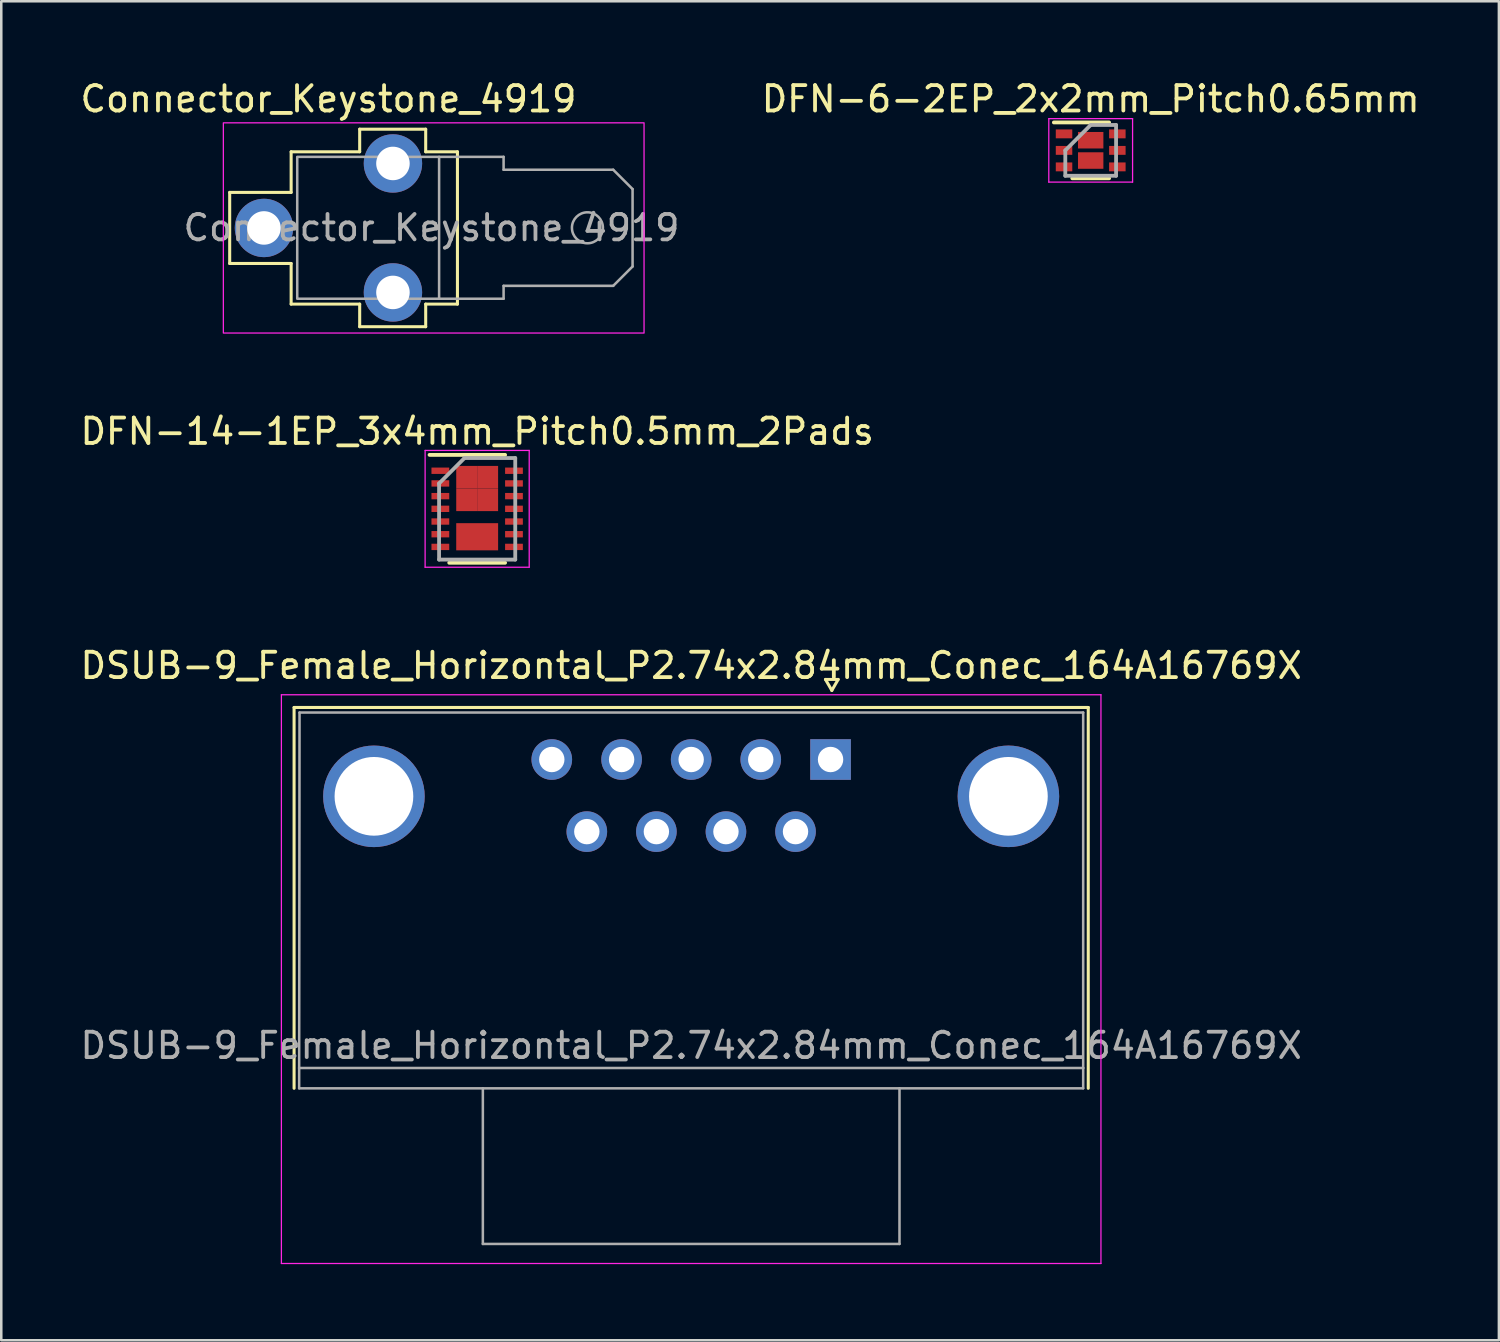
<source format=kicad_pcb>
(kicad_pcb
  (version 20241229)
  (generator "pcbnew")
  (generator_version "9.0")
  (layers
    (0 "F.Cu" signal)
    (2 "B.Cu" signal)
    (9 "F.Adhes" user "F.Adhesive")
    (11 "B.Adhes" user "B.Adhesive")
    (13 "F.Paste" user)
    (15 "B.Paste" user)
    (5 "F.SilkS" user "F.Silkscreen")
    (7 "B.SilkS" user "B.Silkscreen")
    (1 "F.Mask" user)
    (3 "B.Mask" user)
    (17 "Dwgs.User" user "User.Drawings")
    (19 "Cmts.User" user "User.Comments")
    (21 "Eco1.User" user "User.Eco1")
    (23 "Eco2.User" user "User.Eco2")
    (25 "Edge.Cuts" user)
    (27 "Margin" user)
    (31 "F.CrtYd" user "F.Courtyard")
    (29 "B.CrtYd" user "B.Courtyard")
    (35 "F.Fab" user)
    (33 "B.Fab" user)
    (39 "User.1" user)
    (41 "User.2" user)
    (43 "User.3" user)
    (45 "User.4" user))
  (footprint "DFN-14-1EP_3x4mm_Pitch0.5mm_2Pads"
    (layer "F.Cu")
    (at 15.744 16.991)
    (property "Reference" "DFN-14-1EP_3x4mm_Pitch0.5mm_2Pads" (at 0 -3.05 0) (layer "F.SilkS") (effects (font (size 1 1) (thickness 0.15))))
    (attr smd)
    (fp_line (start -1.875 -2.125) (end 1.1 -2.125) (stroke (width 0.15) (type solid)) (layer "F.SilkS"))
    (fp_line (start -1.1 2.125) (end 1.1 2.125) (stroke (width 0.15) (type solid)) (layer "F.SilkS"))
    (fp_line (start -2.05 -2.3) (end -2.05 2.3) (stroke (width 0.05) (type solid)) (layer "F.CrtYd"))
    (fp_line (start -2.05 -2.3) (end 2.05 -2.3) (stroke (width 0.05) (type solid)) (layer "F.CrtYd"))
    (fp_line (start -2.05 2.3) (end 2.05 2.3) (stroke (width 0.05) (type solid)) (layer "F.CrtYd"))
    (fp_line (start 2.05 -2.3) (end 2.05 2.3) (stroke (width 0.05) (type solid)) (layer "F.CrtYd"))
    (fp_line (start -1.5 -1) (end -0.5 -2) (stroke (width 0.15) (type solid)) (layer "F.Fab"))
    (fp_line (start -1.5 2) (end -1.5 -1) (stroke (width 0.15) (type solid)) (layer "F.Fab"))
    (fp_line (start -0.5 -2) (end 1.5 -2) (stroke (width 0.15) (type solid)) (layer "F.Fab"))
    (fp_line (start 1.5 -2) (end 1.5 2) (stroke (width 0.15) (type solid)) (layer "F.Fab"))
    (fp_line (start 1.5 2) (end -1.5 2) (stroke (width 0.15) (type solid)) (layer "F.Fab"))
    (pad "1" smd rect (at -1.45 -1.5) (size 0.7 0.25) (layers "F.Cu" "F.Mask" "F.Paste"))
    (pad "2" smd rect (at -1.45 -1) (size 0.7 0.25) (layers "F.Cu" "F.Mask" "F.Paste"))
    (pad "3" smd rect (at -1.45 -0.5) (size 0.7 0.25) (layers "F.Cu" "F.Mask" "F.Paste"))
    (pad "4" smd rect (at -1.45 0) (size 0.7 0.25) (layers "F.Cu" "F.Mask" "F.Paste"))
    (pad "5" smd rect (at -1.45 0.5) (size 0.7 0.25) (layers "F.Cu" "F.Mask" "F.Paste"))
    (pad "6" smd rect (at -1.45 1) (size 0.7 0.25) (layers "F.Cu" "F.Mask" "F.Paste"))
    (pad "7" smd rect (at -1.45 1.5) (size 0.7 0.25) (layers "F.Cu" "F.Mask" "F.Paste"))
    (pad "8" smd rect (at 1.45 1.5) (size 0.7 0.25) (layers "F.Cu" "F.Mask" "F.Paste"))
    (pad "9" smd rect (at 1.45 1) (size 0.7 0.25) (layers "F.Cu" "F.Mask" "F.Paste"))
    (pad "10" smd rect (at 1.45 0.5) (size 0.7 0.25) (layers "F.Cu" "F.Mask" "F.Paste"))
    (pad "11" smd rect (at 1.45 0) (size 0.7 0.25) (layers "F.Cu" "F.Mask" "F.Paste"))
    (pad "12" smd rect (at 1.45 -0.5) (size 0.7 0.25) (layers "F.Cu" "F.Mask" "F.Paste"))
    (pad "13" smd rect (at 1.45 -1) (size 0.7 0.25) (layers "F.Cu" "F.Mask" "F.Paste"))
    (pad "14" smd rect (at 1.45 -1.5) (size 0.7 0.25) (layers "F.Cu" "F.Mask" "F.Paste"))
    (pad "15" smd rect (at -0.412 -1.245) (size 0.825 0.89) (layers "F.Cu" "F.Mask" "F.Paste"))
    (pad "15" smd rect (at -0.412 -0.355) (size 0.825 0.89) (layers "F.Cu" "F.Mask" "F.Paste"))
    (pad "15" smd rect (at 0.412 -1.245) (size 0.825 0.89) (layers "F.Cu" "F.Mask" "F.Paste"))
    (pad "15" smd rect (at 0.412 -0.355) (size 0.825 0.89) (layers "F.Cu" "F.Mask" "F.Paste"))
    (pad "16" smd rect (at 0 1.1) (size 1.65 1.07) (layers "F.Cu" "F.Mask" "F.Paste")))
  (footprint "DFN-6-2EP_2x2mm_Pitch0.65mm"
    (layer "F.Cu")
    (at 39.909 2.873)
    (property "Reference" "DFN-6-2EP_2x2mm_Pitch0.65mm" (at 0 -2.025 0) (layer "F.SilkS") (effects (font (size 1 1) (thickness 0.15))))
    (attr smd)
    (fp_line (start -1.45 -1.1) (end 0.725 -1.1) (stroke (width 0.15) (type solid)) (layer "F.SilkS"))
    (fp_line (start -0.725 1.1) (end 0.725 1.1) (stroke (width 0.15) (type solid)) (layer "F.SilkS"))
    (fp_line (start -1.65 -1.25) (end -1.65 1.25) (stroke (width 0.05) (type solid)) (layer "F.CrtYd"))
    (fp_line (start -1.65 -1.25) (end 1.65 -1.25) (stroke (width 0.05) (type solid)) (layer "F.CrtYd"))
    (fp_line (start -1.65 1.25) (end 1.65 1.25) (stroke (width 0.05) (type solid)) (layer "F.CrtYd"))
    (fp_line (start 1.65 -1.25) (end 1.65 1.25) (stroke (width 0.05) (type solid)) (layer "F.CrtYd"))
    (fp_line (start -1 0) (end 0 -1) (stroke (width 0.15) (type solid)) (layer "F.Fab"))
    (fp_line (start -1 1) (end -1 0) (stroke (width 0.15) (type solid)) (layer "F.Fab"))
    (fp_line (start 0 -1) (end 1 -1) (stroke (width 0.15) (type solid)) (layer "F.Fab"))
    (fp_line (start 1 -1) (end 1 1) (stroke (width 0.15) (type solid)) (layer "F.Fab"))
    (fp_line (start 1 1) (end -1 1) (stroke (width 0.15) (type solid)) (layer "F.Fab"))
    (pad "1" smd rect (at -1.05 -0.65) (size 0.65 0.35) (layers "F.Cu" "F.Mask" "F.Paste"))
    (pad "2" smd rect (at -1.05 0) (size 0.65 0.35) (layers "F.Cu" "F.Mask" "F.Paste"))
    (pad "3" smd rect (at -1.05 0.65) (size 0.65 0.35) (layers "F.Cu" "F.Mask" "F.Paste"))
    (pad "4" smd rect (at 1.05 0.65) (size 0.65 0.35) (layers "F.Cu" "F.Mask" "F.Paste"))
    (pad "5" smd rect (at 1.05 0) (size 0.65 0.35) (layers "F.Cu" "F.Mask" "F.Paste"))
    (pad "6" smd rect (at 1.05 -0.65) (size 0.65 0.35) (layers "F.Cu" "F.Mask" "F.Paste"))
    (pad "7" smd rect (at 0 -0.4) (size 1 0.65) (layers "F.Cu" "F.Mask" "F.Paste"))
    (pad "8" smd rect (at 0 0.4) (size 1 0.65) (layers "F.Cu" "F.Mask" "F.Paste")))
  (footprint "Connector_Keystone_4919"
    (layer "F.Cu")
    (at 8.617 5.928)
    (property "Reference" "Connector_Keystone_4919" (at 1.27 -5.08 0) (unlocked yes) (layer "F.SilkS") (effects (font (size 1 1) (thickness 0.15))))
    (attr through_hole)
    (fp_line (start -2.62 -1.4) (end -2.62 1.4) (stroke (width 0.12) (type default)) (layer "F.SilkS"))
    (fp_line (start -0.2 -3) (end -0.2 -1.4) (stroke (width 0.12) (type default)) (layer "F.SilkS"))
    (fp_line (start -0.2 -1.4) (end -2.62 -1.4) (stroke (width 0.12) (type default)) (layer "F.SilkS"))
    (fp_line (start -0.2 1.4) (end -2.62 1.4) (stroke (width 0.12) (type default)) (layer "F.SilkS"))
    (fp_line (start -0.2 1.4) (end -0.2 3) (stroke (width 0.12) (type default)) (layer "F.SilkS"))
    (fp_line (start 2.5 -3.89) (end 2.5 -3) (stroke (width 0.12) (type default)) (layer "F.SilkS"))
    (fp_line (start 2.5 -3) (end -0.2 -3) (stroke (width 0.12) (type default)) (layer "F.SilkS"))
    (fp_line (start 2.5 3) (end -0.2 3) (stroke (width 0.12) (type default)) (layer "F.SilkS"))
    (fp_line (start 2.5 3) (end 2.5 3.89) (stroke (width 0.12) (type default)) (layer "F.SilkS"))
    (fp_line (start 2.5 3.89) (end 5.1 3.89) (stroke (width 0.12) (type default)) (layer "F.SilkS"))
    (fp_line (start 5.1 -3.89) (end 2.5 -3.89) (stroke (width 0.12) (type default)) (layer "F.SilkS"))
    (fp_line (start 5.1 -3.89) (end 5.1 -3) (stroke (width 0.12) (type default)) (layer "F.SilkS"))
    (fp_line (start 5.1 3) (end 5.1 3.89) (stroke (width 0.12) (type default)) (layer "F.SilkS"))
    (fp_line (start 6.35 -3) (end 5.1 -3) (stroke (width 0.12) (type default)) (layer "F.SilkS"))
    (fp_line (start 6.35 3) (end 5.1 3) (stroke (width 0.12) (type default)) (layer "F.SilkS"))
    (fp_line (start 6.35 3) (end 6.35 -3) (stroke (width 0.12) (type default)) (layer "F.SilkS"))
    (fp_rect (start -2.87 -4.14) (end 13.7 4.14) (stroke (width 0.05) (type default)) (fill no) (layer "F.CrtYd"))
    (fp_line (start 5.628 -2.8) (end 8.168 -2.8) (stroke (width 0.1) (type default)) (layer "F.Fab"))
    (fp_line (start 5.628 2.788) (end 8.168 2.788) (stroke (width 0.1) (type default)) (layer "F.Fab"))
    (fp_line (start 8.168 -2.8) (end 8.168 -2.292) (stroke (width 0.1) (type default)) (layer "F.Fab"))
    (fp_line (start 8.168 -2.292) (end 12.486 -2.292) (stroke (width 0.1) (type default)) (layer "F.Fab"))
    (fp_line (start 8.168 2.28) (end 12.486 2.28) (stroke (width 0.1) (type default)) (layer "F.Fab"))
    (fp_line (start 8.168 2.788) (end 8.168 2.28) (stroke (width 0.1) (type default)) (layer "F.Fab"))
    (fp_line (start 12.486 -2.292) (end 13.248 -1.53) (stroke (width 0.1) (type default)) (layer "F.Fab"))
    (fp_line (start 12.486 2.28) (end 13.248 1.518) (stroke (width 0.1) (type default)) (layer "F.Fab"))
    (fp_line (start 13.248 1.518) (end 13.248 -1.53) (stroke (width 0.1) (type default)) (layer "F.Fab"))
    (fp_rect (start 5.628 -2.8) (end 0.04 2.788) (stroke (width 0.1) (type default)) (fill no) (layer "F.Fab"))
    (fp_circle (center 11.47 -0.006) (end 12.08 -0.006) (stroke (width 0.1) (type default)) (fill no) (layer "F.Fab"))
    (fp_text user "${REFERENCE}" (at 5.328 -0.006 0) (layer "F.Fab") (effects (font (size 1 1) (thickness 0.15))))
    (pad "1" thru_hole circle (at -1.27 0) (size 2.3 2.3) (drill 1.32) (layers "*.Cu" "*.Mask"))
    (pad "1" thru_hole circle (at 3.81 -2.54) (size 2.3 2.3) (drill 1.32) (layers "*.Cu" "*.Mask"))
    (pad "1" thru_hole circle (at 3.81 2.54) (size 2.3 2.3) (drill 1.32) (layers "*.Cu" "*.Mask")))
  (footprint "DSUB-9_Female_Horizontal_P2.74x2.84mm_Conec_164A16769X"
    (layer "F.Cu")
    (at 24.173 26.865)
    (property "Reference" "DSUB-9_Female_Horizontal_P2.74x2.84mm_Conec_164A16769X" (at 0 -3.7 0) (layer "F.SilkS") (effects (font (size 1 1) (thickness 0.15))))
    (attr through_hole)
    (fp_line (start -15.64 -2.05) (end 15.64 -2.05) (stroke (width 0.12) (type solid)) (layer "F.SilkS"))
    (fp_line (start -15.64 12.95) (end -15.64 -2.05) (stroke (width 0.12) (type solid)) (layer "F.SilkS"))
    (fp_line (start 5.29 -3.154) (end 5.79 -3.154) (stroke (width 0.12) (type solid)) (layer "F.SilkS"))
    (fp_line (start 5.54 -2.721) (end 5.29 -3.154) (stroke (width 0.12) (type solid)) (layer "F.SilkS"))
    (fp_line (start 5.79 -3.154) (end 5.54 -2.721) (stroke (width 0.12) (type solid)) (layer "F.SilkS"))
    (fp_line (start 15.64 -2.05) (end 15.64 12.95) (stroke (width 0.12) (type solid)) (layer "F.SilkS"))
    (fp_line (start -16.14 -2.55) (end -16.14 19.85) (stroke (width 0.05) (type solid)) (layer "F.CrtYd"))
    (fp_line (start -16.14 19.85) (end 16.14 19.85) (stroke (width 0.05) (type solid)) (layer "F.CrtYd"))
    (fp_line (start 16.14 -2.55) (end -16.14 -2.55) (stroke (width 0.05) (type solid)) (layer "F.CrtYd"))
    (fp_line (start 16.14 19.85) (end 16.14 -2.55) (stroke (width 0.05) (type solid)) (layer "F.CrtYd"))
    (fp_line (start -15.44 12.15) (end -15.44 12.95) (stroke (width 0.1) (type solid)) (layer "F.Fab"))
    (fp_line (start -15.44 12.95) (end 15.44 12.95) (stroke (width 0.1) (type solid)) (layer "F.Fab"))
    (fp_line (start -15.425 -1.85) (end -15.44 12.15) (stroke (width 0.1) (type solid)) (layer "F.Fab"))
    (fp_line (start -8.205 12.95) (end -8.205 19.08) (stroke (width 0.1) (type solid)) (layer "F.Fab"))
    (fp_line (start -8.205 19.08) (end 8.205 19.08) (stroke (width 0.1) (type solid)) (layer "F.Fab"))
    (fp_line (start 8.205 19.08) (end 8.205 12.95) (stroke (width 0.1) (type solid)) (layer "F.Fab"))
    (fp_line (start 15.44 -1.85) (end -15.425 -1.85) (stroke (width 0.1) (type solid)) (layer "F.Fab"))
    (fp_line (start 15.44 12.15) (end -15.44 12.15) (stroke (width 0.1) (type solid)) (layer "F.Fab"))
    (fp_line (start 15.44 12.15) (end 15.44 -1.85) (stroke (width 0.1) (type solid)) (layer "F.Fab"))
    (fp_line (start 15.44 12.95) (end 15.44 12.15) (stroke (width 0.1) (type solid)) (layer "F.Fab"))
    (fp_text user "${REFERENCE}" (at 0 11.265 0) (layer "F.Fab") (effects (font (size 1 1) (thickness 0.15))))
    (pad "0" thru_hole circle (at -12.495 1.45) (size 4 4) (drill 3.1) (layers "*.Cu" "*.Mask"))
    (pad "0" thru_hole circle (at 12.495 1.45) (size 4 4) (drill 3.1) (layers "*.Cu" "*.Mask"))
    (pad "1" thru_hole rect (at 5.49 0) (size 1.6 1.6) (drill 1) (layers "*.Cu" "*.Mask"))
    (pad "2" thru_hole circle (at 2.74 0) (size 1.6 1.6) (drill 1) (layers "*.Cu" "*.Mask"))
    (pad "3" thru_hole circle (at 0 0) (size 1.6 1.6) (drill 1) (layers "*.Cu" "*.Mask"))
    (pad "4" thru_hole circle (at -2.74 0) (size 1.6 1.6) (drill 1) (layers "*.Cu" "*.Mask"))
    (pad "5" thru_hole circle (at -5.49 0) (size 1.6 1.6) (drill 1) (layers "*.Cu" "*.Mask"))
    (pad "6" thru_hole circle (at 4.11 2.84) (size 1.6 1.6) (drill 1) (layers "*.Cu" "*.Mask"))
    (pad "7" thru_hole circle (at 1.37 2.84) (size 1.6 1.6) (drill 1) (layers "*.Cu" "*.Mask"))
    (pad "8" thru_hole circle (at -1.37 2.84) (size 1.6 1.6) (drill 1) (layers "*.Cu" "*.Mask"))
    (pad "9" thru_hole circle (at -4.11 2.84) (size 1.6 1.6) (drill 1) (layers "*.Cu" "*.Mask")))
  (gr_rect
    (start -3 -3)
    (end 55.987 49.74)
    (stroke (width 0.1) (type default))
    (fill no)
    (layer "Edge.Cuts")))
</source>
